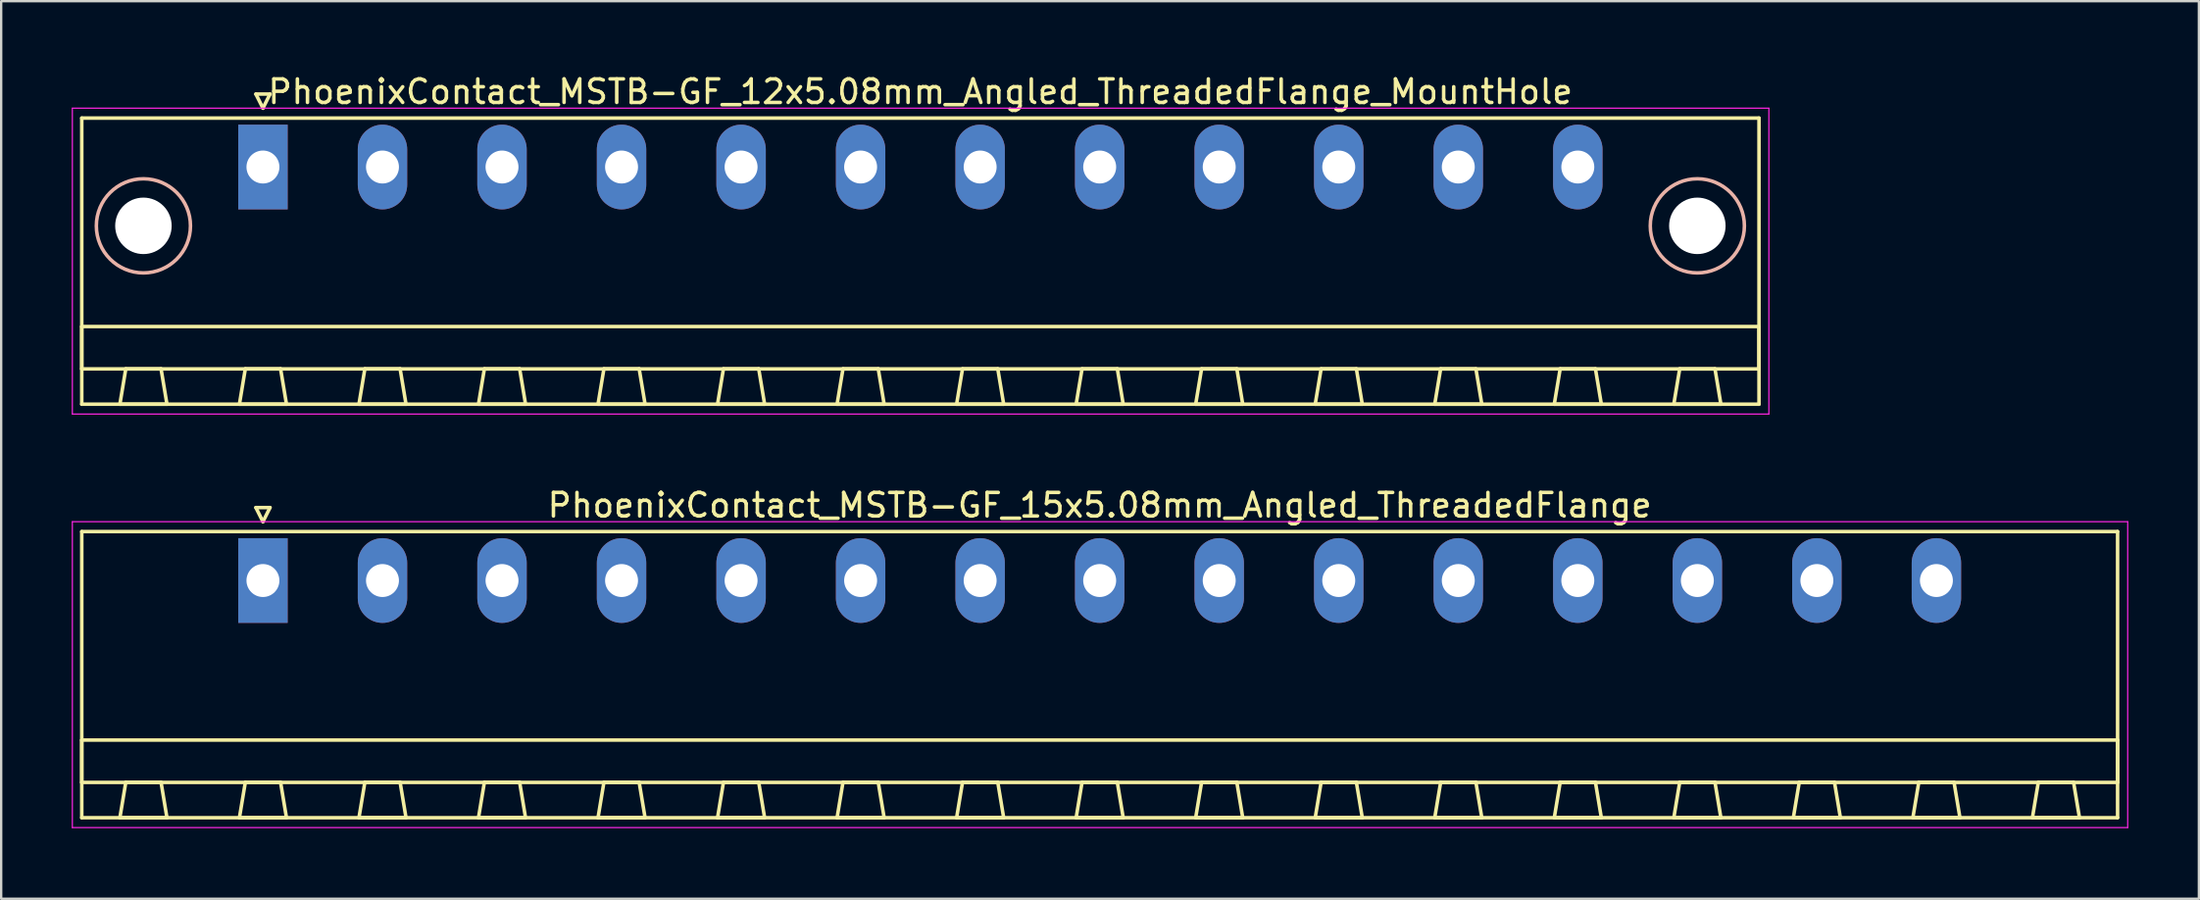
<source format=kicad_pcb>
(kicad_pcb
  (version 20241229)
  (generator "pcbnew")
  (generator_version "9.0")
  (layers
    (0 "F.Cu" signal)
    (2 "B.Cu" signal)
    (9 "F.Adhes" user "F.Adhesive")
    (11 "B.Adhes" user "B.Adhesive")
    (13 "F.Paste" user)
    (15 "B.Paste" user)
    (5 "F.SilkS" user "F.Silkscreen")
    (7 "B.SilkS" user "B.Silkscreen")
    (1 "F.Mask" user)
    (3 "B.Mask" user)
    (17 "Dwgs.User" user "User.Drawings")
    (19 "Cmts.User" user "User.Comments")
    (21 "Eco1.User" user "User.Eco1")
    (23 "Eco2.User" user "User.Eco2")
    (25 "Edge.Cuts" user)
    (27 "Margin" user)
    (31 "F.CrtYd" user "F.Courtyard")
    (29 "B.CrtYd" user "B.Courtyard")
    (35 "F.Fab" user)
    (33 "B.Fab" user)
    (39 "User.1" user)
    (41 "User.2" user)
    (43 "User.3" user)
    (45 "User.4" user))
  (footprint "PhoenixContact_MSTB-GF_12x5.08mm_Angled_ThreadedFlange_MountHole"
    (layer "F.Cu")
    (at 8.125 4.048)
    (property "Reference" "PhoenixContact_MSTB-GF_12x5.08mm_Angled_ThreadedFlange_MountHole" (at 27.94 -3.2 0) (layer "F.SilkS") (effects (font (size 1 1) (thickness 0.15))))
    (attr through_hole)
    (fp_line (start -7.7 -2.08) (end -7.7 10.08) (stroke (width 0.15) (type solid)) (layer "F.SilkS"))
    (fp_line (start -7.7 6.78) (end 63.58 6.78) (stroke (width 0.15) (type solid)) (layer "F.SilkS"))
    (fp_line (start -7.7 8.58) (end -7.7 6.78) (stroke (width 0.15) (type solid)) (layer "F.SilkS"))
    (fp_line (start -7.7 10.08) (end 63.58 10.08) (stroke (width 0.15) (type solid)) (layer "F.SilkS"))
    (fp_line (start -6.08 10.08) (end -4.08 10.08) (stroke (width 0.15) (type solid)) (layer "F.SilkS"))
    (fp_line (start -5.83 8.58) (end -6.08 10.08) (stroke (width 0.15) (type solid)) (layer "F.SilkS"))
    (fp_line (start -4.33 8.58) (end -5.83 8.58) (stroke (width 0.15) (type solid)) (layer "F.SilkS"))
    (fp_line (start -4.08 10.08) (end -4.33 8.58) (stroke (width 0.15) (type solid)) (layer "F.SilkS"))
    (fp_line (start -1 10.08) (end 1 10.08) (stroke (width 0.15) (type solid)) (layer "F.SilkS"))
    (fp_line (start -0.75 8.58) (end -1 10.08) (stroke (width 0.15) (type solid)) (layer "F.SilkS"))
    (fp_line (start -0.3 -3.1) (end 0 -2.5) (stroke (width 0.15) (type solid)) (layer "F.SilkS"))
    (fp_line (start 0 -2.5) (end 0.3 -3.1) (stroke (width 0.15) (type solid)) (layer "F.SilkS"))
    (fp_line (start 0.3 -3.1) (end -0.3 -3.1) (stroke (width 0.15) (type solid)) (layer "F.SilkS"))
    (fp_line (start 0.75 8.58) (end -0.75 8.58) (stroke (width 0.15) (type solid)) (layer "F.SilkS"))
    (fp_line (start 1 10.08) (end 0.75 8.58) (stroke (width 0.15) (type solid)) (layer "F.SilkS"))
    (fp_line (start 4.08 10.08) (end 6.08 10.08) (stroke (width 0.15) (type solid)) (layer "F.SilkS"))
    (fp_line (start 4.33 8.58) (end 4.08 10.08) (stroke (width 0.15) (type solid)) (layer "F.SilkS"))
    (fp_line (start 5.83 8.58) (end 4.33 8.58) (stroke (width 0.15) (type solid)) (layer "F.SilkS"))
    (fp_line (start 6.08 10.08) (end 5.83 8.58) (stroke (width 0.15) (type solid)) (layer "F.SilkS"))
    (fp_line (start 9.16 10.08) (end 11.16 10.08) (stroke (width 0.15) (type solid)) (layer "F.SilkS"))
    (fp_line (start 9.41 8.58) (end 9.16 10.08) (stroke (width 0.15) (type solid)) (layer "F.SilkS"))
    (fp_line (start 10.91 8.58) (end 9.41 8.58) (stroke (width 0.15) (type solid)) (layer "F.SilkS"))
    (fp_line (start 11.16 10.08) (end 10.91 8.58) (stroke (width 0.15) (type solid)) (layer "F.SilkS"))
    (fp_line (start 14.24 10.08) (end 16.24 10.08) (stroke (width 0.15) (type solid)) (layer "F.SilkS"))
    (fp_line (start 14.49 8.58) (end 14.24 10.08) (stroke (width 0.15) (type solid)) (layer "F.SilkS"))
    (fp_line (start 15.99 8.58) (end 14.49 8.58) (stroke (width 0.15) (type solid)) (layer "F.SilkS"))
    (fp_line (start 16.24 10.08) (end 15.99 8.58) (stroke (width 0.15) (type solid)) (layer "F.SilkS"))
    (fp_line (start 19.32 10.08) (end 21.32 10.08) (stroke (width 0.15) (type solid)) (layer "F.SilkS"))
    (fp_line (start 19.57 8.58) (end 19.32 10.08) (stroke (width 0.15) (type solid)) (layer "F.SilkS"))
    (fp_line (start 21.07 8.58) (end 19.57 8.58) (stroke (width 0.15) (type solid)) (layer "F.SilkS"))
    (fp_line (start 21.32 10.08) (end 21.07 8.58) (stroke (width 0.15) (type solid)) (layer "F.SilkS"))
    (fp_line (start 24.4 10.08) (end 26.4 10.08) (stroke (width 0.15) (type solid)) (layer "F.SilkS"))
    (fp_line (start 24.65 8.58) (end 24.4 10.08) (stroke (width 0.15) (type solid)) (layer "F.SilkS"))
    (fp_line (start 26.15 8.58) (end 24.65 8.58) (stroke (width 0.15) (type solid)) (layer "F.SilkS"))
    (fp_line (start 26.4 10.08) (end 26.15 8.58) (stroke (width 0.15) (type solid)) (layer "F.SilkS"))
    (fp_line (start 29.48 10.08) (end 31.48 10.08) (stroke (width 0.15) (type solid)) (layer "F.SilkS"))
    (fp_line (start 29.73 8.58) (end 29.48 10.08) (stroke (width 0.15) (type solid)) (layer "F.SilkS"))
    (fp_line (start 31.23 8.58) (end 29.73 8.58) (stroke (width 0.15) (type solid)) (layer "F.SilkS"))
    (fp_line (start 31.48 10.08) (end 31.23 8.58) (stroke (width 0.15) (type solid)) (layer "F.SilkS"))
    (fp_line (start 34.56 10.08) (end 36.56 10.08) (stroke (width 0.15) (type solid)) (layer "F.SilkS"))
    (fp_line (start 34.81 8.58) (end 34.56 10.08) (stroke (width 0.15) (type solid)) (layer "F.SilkS"))
    (fp_line (start 36.31 8.58) (end 34.81 8.58) (stroke (width 0.15) (type solid)) (layer "F.SilkS"))
    (fp_line (start 36.56 10.08) (end 36.31 8.58) (stroke (width 0.15) (type solid)) (layer "F.SilkS"))
    (fp_line (start 39.64 10.08) (end 41.64 10.08) (stroke (width 0.15) (type solid)) (layer "F.SilkS"))
    (fp_line (start 39.89 8.58) (end 39.64 10.08) (stroke (width 0.15) (type solid)) (layer "F.SilkS"))
    (fp_line (start 41.39 8.58) (end 39.89 8.58) (stroke (width 0.15) (type solid)) (layer "F.SilkS"))
    (fp_line (start 41.64 10.08) (end 41.39 8.58) (stroke (width 0.15) (type solid)) (layer "F.SilkS"))
    (fp_line (start 44.72 10.08) (end 46.72 10.08) (stroke (width 0.15) (type solid)) (layer "F.SilkS"))
    (fp_line (start 44.97 8.58) (end 44.72 10.08) (stroke (width 0.15) (type solid)) (layer "F.SilkS"))
    (fp_line (start 46.47 8.58) (end 44.97 8.58) (stroke (width 0.15) (type solid)) (layer "F.SilkS"))
    (fp_line (start 46.72 10.08) (end 46.47 8.58) (stroke (width 0.15) (type solid)) (layer "F.SilkS"))
    (fp_line (start 49.8 10.08) (end 51.8 10.08) (stroke (width 0.15) (type solid)) (layer "F.SilkS"))
    (fp_line (start 50.05 8.58) (end 49.8 10.08) (stroke (width 0.15) (type solid)) (layer "F.SilkS"))
    (fp_line (start 51.55 8.58) (end 50.05 8.58) (stroke (width 0.15) (type solid)) (layer "F.SilkS"))
    (fp_line (start 51.8 10.08) (end 51.55 8.58) (stroke (width 0.15) (type solid)) (layer "F.SilkS"))
    (fp_line (start 54.88 10.08) (end 56.88 10.08) (stroke (width 0.15) (type solid)) (layer "F.SilkS"))
    (fp_line (start 55.13 8.58) (end 54.88 10.08) (stroke (width 0.15) (type solid)) (layer "F.SilkS"))
    (fp_line (start 56.63 8.58) (end 55.13 8.58) (stroke (width 0.15) (type solid)) (layer "F.SilkS"))
    (fp_line (start 56.88 10.08) (end 56.63 8.58) (stroke (width 0.15) (type solid)) (layer "F.SilkS"))
    (fp_line (start 59.96 10.08) (end 61.96 10.08) (stroke (width 0.15) (type solid)) (layer "F.SilkS"))
    (fp_line (start 60.21 8.58) (end 59.96 10.08) (stroke (width 0.15) (type solid)) (layer "F.SilkS"))
    (fp_line (start 61.71 8.58) (end 60.21 8.58) (stroke (width 0.15) (type solid)) (layer "F.SilkS"))
    (fp_line (start 61.96 10.08) (end 61.71 8.58) (stroke (width 0.15) (type solid)) (layer "F.SilkS"))
    (fp_line (start 63.58 -2.08) (end -7.7 -2.08) (stroke (width 0.15) (type solid)) (layer "F.SilkS"))
    (fp_line (start 63.58 6.78) (end 63.58 8.58) (stroke (width 0.15) (type solid)) (layer "F.SilkS"))
    (fp_line (start 63.58 8.58) (end -7.7 8.58) (stroke (width 0.15) (type solid)) (layer "F.SilkS"))
    (fp_line (start 63.58 10.08) (end 63.58 -2.08) (stroke (width 0.15) (type solid)) (layer "F.SilkS"))
    (fp_circle (center -5.08 2.5) (end -3.08 2.5) (stroke (width 0.15) (type solid)) (fill no) (layer "B.SilkS"))
    (fp_circle (center 60.96 2.5) (end 62.96 2.5) (stroke (width 0.15) (type solid)) (fill no) (layer "B.SilkS"))
    (fp_line (start -8.1 -2.5) (end -8.1 10.5) (stroke (width 0.05) (type solid)) (layer "F.CrtYd"))
    (fp_line (start -8.1 10.5) (end 64 10.5) (stroke (width 0.05) (type solid)) (layer "F.CrtYd"))
    (fp_line (start 64 -2.5) (end -8.1 -2.5) (stroke (width 0.05) (type solid)) (layer "F.CrtYd"))
    (fp_line (start 64 10.5) (end 64 -2.5) (stroke (width 0.05) (type solid)) (layer "F.CrtYd"))
    (pad "" np_thru_hole circle (at -5.08 2.5) (size 2.4 2.4) (drill 2.4) (layers "*.Cu" "*.Mask"))
    (pad "" np_thru_hole circle (at 60.96 2.5) (size 2.4 2.4) (drill 2.4) (layers "*.Cu" "*.Mask"))
    (pad "1" thru_hole rect (at 0 0) (size 2.1 3.6) (drill 1.4) (layers "*.Cu" "*.Mask"))
    (pad "2" thru_hole oval (at 5.08 0) (size 2.1 3.6) (drill 1.4) (layers "*.Cu" "*.Mask"))
    (pad "3" thru_hole oval (at 10.16 0) (size 2.1 3.6) (drill 1.4) (layers "*.Cu" "*.Mask"))
    (pad "4" thru_hole oval (at 15.24 0) (size 2.1 3.6) (drill 1.4) (layers "*.Cu" "*.Mask"))
    (pad "5" thru_hole oval (at 20.32 0) (size 2.1 3.6) (drill 1.4) (layers "*.Cu" "*.Mask"))
    (pad "6" thru_hole oval (at 25.4 0) (size 2.1 3.6) (drill 1.4) (layers "*.Cu" "*.Mask"))
    (pad "7" thru_hole oval (at 30.48 0) (size 2.1 3.6) (drill 1.4) (layers "*.Cu" "*.Mask"))
    (pad "8" thru_hole oval (at 35.56 0) (size 2.1 3.6) (drill 1.4) (layers "*.Cu" "*.Mask"))
    (pad "9" thru_hole oval (at 40.64 0) (size 2.1 3.6) (drill 1.4) (layers "*.Cu" "*.Mask"))
    (pad "10" thru_hole oval (at 45.72 0) (size 2.1 3.6) (drill 1.4) (layers "*.Cu" "*.Mask"))
    (pad "11" thru_hole oval (at 50.8 0) (size 2.1 3.6) (drill 1.4) (layers "*.Cu" "*.Mask"))
    (pad "12" thru_hole oval (at 55.88 0) (size 2.1 3.6) (drill 1.4) (layers "*.Cu" "*.Mask")))
  (footprint "PhoenixContact_MSTB-GF_15x5.08mm_Angled_ThreadedFlange"
    (layer "F.Cu")
    (at 8.125 21.622)
    (property "Reference" "PhoenixContact_MSTB-GF_15x5.08mm_Angled_ThreadedFlange" (at 35.56 -3.2 0) (layer "F.SilkS") (effects (font (size 1 1) (thickness 0.15))))
    (attr through_hole)
    (fp_line (start -7.7 -2.08) (end -7.7 10.08) (stroke (width 0.15) (type solid)) (layer "F.SilkS"))
    (fp_line (start -7.7 6.78) (end 78.82 6.78) (stroke (width 0.15) (type solid)) (layer "F.SilkS"))
    (fp_line (start -7.7 8.58) (end -7.7 6.78) (stroke (width 0.15) (type solid)) (layer "F.SilkS"))
    (fp_line (start -7.7 10.08) (end 78.82 10.08) (stroke (width 0.15) (type solid)) (layer "F.SilkS"))
    (fp_line (start -6.08 10.08) (end -4.08 10.08) (stroke (width 0.15) (type solid)) (layer "F.SilkS"))
    (fp_line (start -5.83 8.58) (end -6.08 10.08) (stroke (width 0.15) (type solid)) (layer "F.SilkS"))
    (fp_line (start -4.33 8.58) (end -5.83 8.58) (stroke (width 0.15) (type solid)) (layer "F.SilkS"))
    (fp_line (start -4.08 10.08) (end -4.33 8.58) (stroke (width 0.15) (type solid)) (layer "F.SilkS"))
    (fp_line (start -1 10.08) (end 1 10.08) (stroke (width 0.15) (type solid)) (layer "F.SilkS"))
    (fp_line (start -0.75 8.58) (end -1 10.08) (stroke (width 0.15) (type solid)) (layer "F.SilkS"))
    (fp_line (start -0.3 -3.1) (end 0 -2.5) (stroke (width 0.15) (type solid)) (layer "F.SilkS"))
    (fp_line (start 0 -2.5) (end 0.3 -3.1) (stroke (width 0.15) (type solid)) (layer "F.SilkS"))
    (fp_line (start 0.3 -3.1) (end -0.3 -3.1) (stroke (width 0.15) (type solid)) (layer "F.SilkS"))
    (fp_line (start 0.75 8.58) (end -0.75 8.58) (stroke (width 0.15) (type solid)) (layer "F.SilkS"))
    (fp_line (start 1 10.08) (end 0.75 8.58) (stroke (width 0.15) (type solid)) (layer "F.SilkS"))
    (fp_line (start 4.08 10.08) (end 6.08 10.08) (stroke (width 0.15) (type solid)) (layer "F.SilkS"))
    (fp_line (start 4.33 8.58) (end 4.08 10.08) (stroke (width 0.15) (type solid)) (layer "F.SilkS"))
    (fp_line (start 5.83 8.58) (end 4.33 8.58) (stroke (width 0.15) (type solid)) (layer "F.SilkS"))
    (fp_line (start 6.08 10.08) (end 5.83 8.58) (stroke (width 0.15) (type solid)) (layer "F.SilkS"))
    (fp_line (start 9.16 10.08) (end 11.16 10.08) (stroke (width 0.15) (type solid)) (layer "F.SilkS"))
    (fp_line (start 9.41 8.58) (end 9.16 10.08) (stroke (width 0.15) (type solid)) (layer "F.SilkS"))
    (fp_line (start 10.91 8.58) (end 9.41 8.58) (stroke (width 0.15) (type solid)) (layer "F.SilkS"))
    (fp_line (start 11.16 10.08) (end 10.91 8.58) (stroke (width 0.15) (type solid)) (layer "F.SilkS"))
    (fp_line (start 14.24 10.08) (end 16.24 10.08) (stroke (width 0.15) (type solid)) (layer "F.SilkS"))
    (fp_line (start 14.49 8.58) (end 14.24 10.08) (stroke (width 0.15) (type solid)) (layer "F.SilkS"))
    (fp_line (start 15.99 8.58) (end 14.49 8.58) (stroke (width 0.15) (type solid)) (layer "F.SilkS"))
    (fp_line (start 16.24 10.08) (end 15.99 8.58) (stroke (width 0.15) (type solid)) (layer "F.SilkS"))
    (fp_line (start 19.32 10.08) (end 21.32 10.08) (stroke (width 0.15) (type solid)) (layer "F.SilkS"))
    (fp_line (start 19.57 8.58) (end 19.32 10.08) (stroke (width 0.15) (type solid)) (layer "F.SilkS"))
    (fp_line (start 21.07 8.58) (end 19.57 8.58) (stroke (width 0.15) (type solid)) (layer "F.SilkS"))
    (fp_line (start 21.32 10.08) (end 21.07 8.58) (stroke (width 0.15) (type solid)) (layer "F.SilkS"))
    (fp_line (start 24.4 10.08) (end 26.4 10.08) (stroke (width 0.15) (type solid)) (layer "F.SilkS"))
    (fp_line (start 24.65 8.58) (end 24.4 10.08) (stroke (width 0.15) (type solid)) (layer "F.SilkS"))
    (fp_line (start 26.15 8.58) (end 24.65 8.58) (stroke (width 0.15) (type solid)) (layer "F.SilkS"))
    (fp_line (start 26.4 10.08) (end 26.15 8.58) (stroke (width 0.15) (type solid)) (layer "F.SilkS"))
    (fp_line (start 29.48 10.08) (end 31.48 10.08) (stroke (width 0.15) (type solid)) (layer "F.SilkS"))
    (fp_line (start 29.73 8.58) (end 29.48 10.08) (stroke (width 0.15) (type solid)) (layer "F.SilkS"))
    (fp_line (start 31.23 8.58) (end 29.73 8.58) (stroke (width 0.15) (type solid)) (layer "F.SilkS"))
    (fp_line (start 31.48 10.08) (end 31.23 8.58) (stroke (width 0.15) (type solid)) (layer "F.SilkS"))
    (fp_line (start 34.56 10.08) (end 36.56 10.08) (stroke (width 0.15) (type solid)) (layer "F.SilkS"))
    (fp_line (start 34.81 8.58) (end 34.56 10.08) (stroke (width 0.15) (type solid)) (layer "F.SilkS"))
    (fp_line (start 36.31 8.58) (end 34.81 8.58) (stroke (width 0.15) (type solid)) (layer "F.SilkS"))
    (fp_line (start 36.56 10.08) (end 36.31 8.58) (stroke (width 0.15) (type solid)) (layer "F.SilkS"))
    (fp_line (start 39.64 10.08) (end 41.64 10.08) (stroke (width 0.15) (type solid)) (layer "F.SilkS"))
    (fp_line (start 39.89 8.58) (end 39.64 10.08) (stroke (width 0.15) (type solid)) (layer "F.SilkS"))
    (fp_line (start 41.39 8.58) (end 39.89 8.58) (stroke (width 0.15) (type solid)) (layer "F.SilkS"))
    (fp_line (start 41.64 10.08) (end 41.39 8.58) (stroke (width 0.15) (type solid)) (layer "F.SilkS"))
    (fp_line (start 44.72 10.08) (end 46.72 10.08) (stroke (width 0.15) (type solid)) (layer "F.SilkS"))
    (fp_line (start 44.97 8.58) (end 44.72 10.08) (stroke (width 0.15) (type solid)) (layer "F.SilkS"))
    (fp_line (start 46.47 8.58) (end 44.97 8.58) (stroke (width 0.15) (type solid)) (layer "F.SilkS"))
    (fp_line (start 46.72 10.08) (end 46.47 8.58) (stroke (width 0.15) (type solid)) (layer "F.SilkS"))
    (fp_line (start 49.8 10.08) (end 51.8 10.08) (stroke (width 0.15) (type solid)) (layer "F.SilkS"))
    (fp_line (start 50.05 8.58) (end 49.8 10.08) (stroke (width 0.15) (type solid)) (layer "F.SilkS"))
    (fp_line (start 51.55 8.58) (end 50.05 8.58) (stroke (width 0.15) (type solid)) (layer "F.SilkS"))
    (fp_line (start 51.8 10.08) (end 51.55 8.58) (stroke (width 0.15) (type solid)) (layer "F.SilkS"))
    (fp_line (start 54.88 10.08) (end 56.88 10.08) (stroke (width 0.15) (type solid)) (layer "F.SilkS"))
    (fp_line (start 55.13 8.58) (end 54.88 10.08) (stroke (width 0.15) (type solid)) (layer "F.SilkS"))
    (fp_line (start 56.63 8.58) (end 55.13 8.58) (stroke (width 0.15) (type solid)) (layer "F.SilkS"))
    (fp_line (start 56.88 10.08) (end 56.63 8.58) (stroke (width 0.15) (type solid)) (layer "F.SilkS"))
    (fp_line (start 59.96 10.08) (end 61.96 10.08) (stroke (width 0.15) (type solid)) (layer "F.SilkS"))
    (fp_line (start 60.21 8.58) (end 59.96 10.08) (stroke (width 0.15) (type solid)) (layer "F.SilkS"))
    (fp_line (start 61.71 8.58) (end 60.21 8.58) (stroke (width 0.15) (type solid)) (layer "F.SilkS"))
    (fp_line (start 61.96 10.08) (end 61.71 8.58) (stroke (width 0.15) (type solid)) (layer "F.SilkS"))
    (fp_line (start 65.04 10.08) (end 67.04 10.08) (stroke (width 0.15) (type solid)) (layer "F.SilkS"))
    (fp_line (start 65.29 8.58) (end 65.04 10.08) (stroke (width 0.15) (type solid)) (layer "F.SilkS"))
    (fp_line (start 66.79 8.58) (end 65.29 8.58) (stroke (width 0.15) (type solid)) (layer "F.SilkS"))
    (fp_line (start 67.04 10.08) (end 66.79 8.58) (stroke (width 0.15) (type solid)) (layer "F.SilkS"))
    (fp_line (start 70.12 10.08) (end 72.12 10.08) (stroke (width 0.15) (type solid)) (layer "F.SilkS"))
    (fp_line (start 70.37 8.58) (end 70.12 10.08) (stroke (width 0.15) (type solid)) (layer "F.SilkS"))
    (fp_line (start 71.87 8.58) (end 70.37 8.58) (stroke (width 0.15) (type solid)) (layer "F.SilkS"))
    (fp_line (start 72.12 10.08) (end 71.87 8.58) (stroke (width 0.15) (type solid)) (layer "F.SilkS"))
    (fp_line (start 75.2 10.08) (end 77.2 10.08) (stroke (width 0.15) (type solid)) (layer "F.SilkS"))
    (fp_line (start 75.45 8.58) (end 75.2 10.08) (stroke (width 0.15) (type solid)) (layer "F.SilkS"))
    (fp_line (start 76.95 8.58) (end 75.45 8.58) (stroke (width 0.15) (type solid)) (layer "F.SilkS"))
    (fp_line (start 77.2 10.08) (end 76.95 8.58) (stroke (width 0.15) (type solid)) (layer "F.SilkS"))
    (fp_line (start 78.82 -2.08) (end -7.7 -2.08) (stroke (width 0.15) (type solid)) (layer "F.SilkS"))
    (fp_line (start 78.82 6.78) (end 78.82 8.58) (stroke (width 0.15) (type solid)) (layer "F.SilkS"))
    (fp_line (start 78.82 8.58) (end -7.7 8.58) (stroke (width 0.15) (type solid)) (layer "F.SilkS"))
    (fp_line (start 78.82 10.08) (end 78.82 -2.08) (stroke (width 0.15) (type solid)) (layer "F.SilkS"))
    (fp_line (start -8.1 -2.5) (end -8.1 10.5) (stroke (width 0.05) (type solid)) (layer "F.CrtYd"))
    (fp_line (start -8.1 10.5) (end 79.25 10.5) (stroke (width 0.05) (type solid)) (layer "F.CrtYd"))
    (fp_line (start 79.25 -2.5) (end -8.1 -2.5) (stroke (width 0.05) (type solid)) (layer "F.CrtYd"))
    (fp_line (start 79.25 10.5) (end 79.25 -2.5) (stroke (width 0.05) (type solid)) (layer "F.CrtYd"))
    (pad "1" thru_hole rect (at 0 0) (size 2.1 3.6) (drill 1.4) (layers "*.Cu" "*.Mask"))
    (pad "2" thru_hole oval (at 5.08 0) (size 2.1 3.6) (drill 1.4) (layers "*.Cu" "*.Mask"))
    (pad "3" thru_hole oval (at 10.16 0) (size 2.1 3.6) (drill 1.4) (layers "*.Cu" "*.Mask"))
    (pad "4" thru_hole oval (at 15.24 0) (size 2.1 3.6) (drill 1.4) (layers "*.Cu" "*.Mask"))
    (pad "5" thru_hole oval (at 20.32 0) (size 2.1 3.6) (drill 1.4) (layers "*.Cu" "*.Mask"))
    (pad "6" thru_hole oval (at 25.4 0) (size 2.1 3.6) (drill 1.4) (layers "*.Cu" "*.Mask"))
    (pad "7" thru_hole oval (at 30.48 0) (size 2.1 3.6) (drill 1.4) (layers "*.Cu" "*.Mask"))
    (pad "8" thru_hole oval (at 35.56 0) (size 2.1 3.6) (drill 1.4) (layers "*.Cu" "*.Mask"))
    (pad "9" thru_hole oval (at 40.64 0) (size 2.1 3.6) (drill 1.4) (layers "*.Cu" "*.Mask"))
    (pad "10" thru_hole oval (at 45.72 0) (size 2.1 3.6) (drill 1.4) (layers "*.Cu" "*.Mask"))
    (pad "11" thru_hole oval (at 50.8 0) (size 2.1 3.6) (drill 1.4) (layers "*.Cu" "*.Mask"))
    (pad "12" thru_hole oval (at 55.88 0) (size 2.1 3.6) (drill 1.4) (layers "*.Cu" "*.Mask"))
    (pad "13" thru_hole oval (at 60.96 0) (size 2.1 3.6) (drill 1.4) (layers "*.Cu" "*.Mask"))
    (pad "14" thru_hole oval (at 66.04 0) (size 2.1 3.6) (drill 1.4) (layers "*.Cu" "*.Mask"))
    (pad "15" thru_hole oval (at 71.12 0) (size 2.1 3.6) (drill 1.4) (layers "*.Cu" "*.Mask")))
  (gr_rect
    (start -3 -3)
    (end 90.4 35.147)
    (stroke (width 0.1) (type default))
    (fill no)
    (layer "Edge.Cuts")))
</source>
